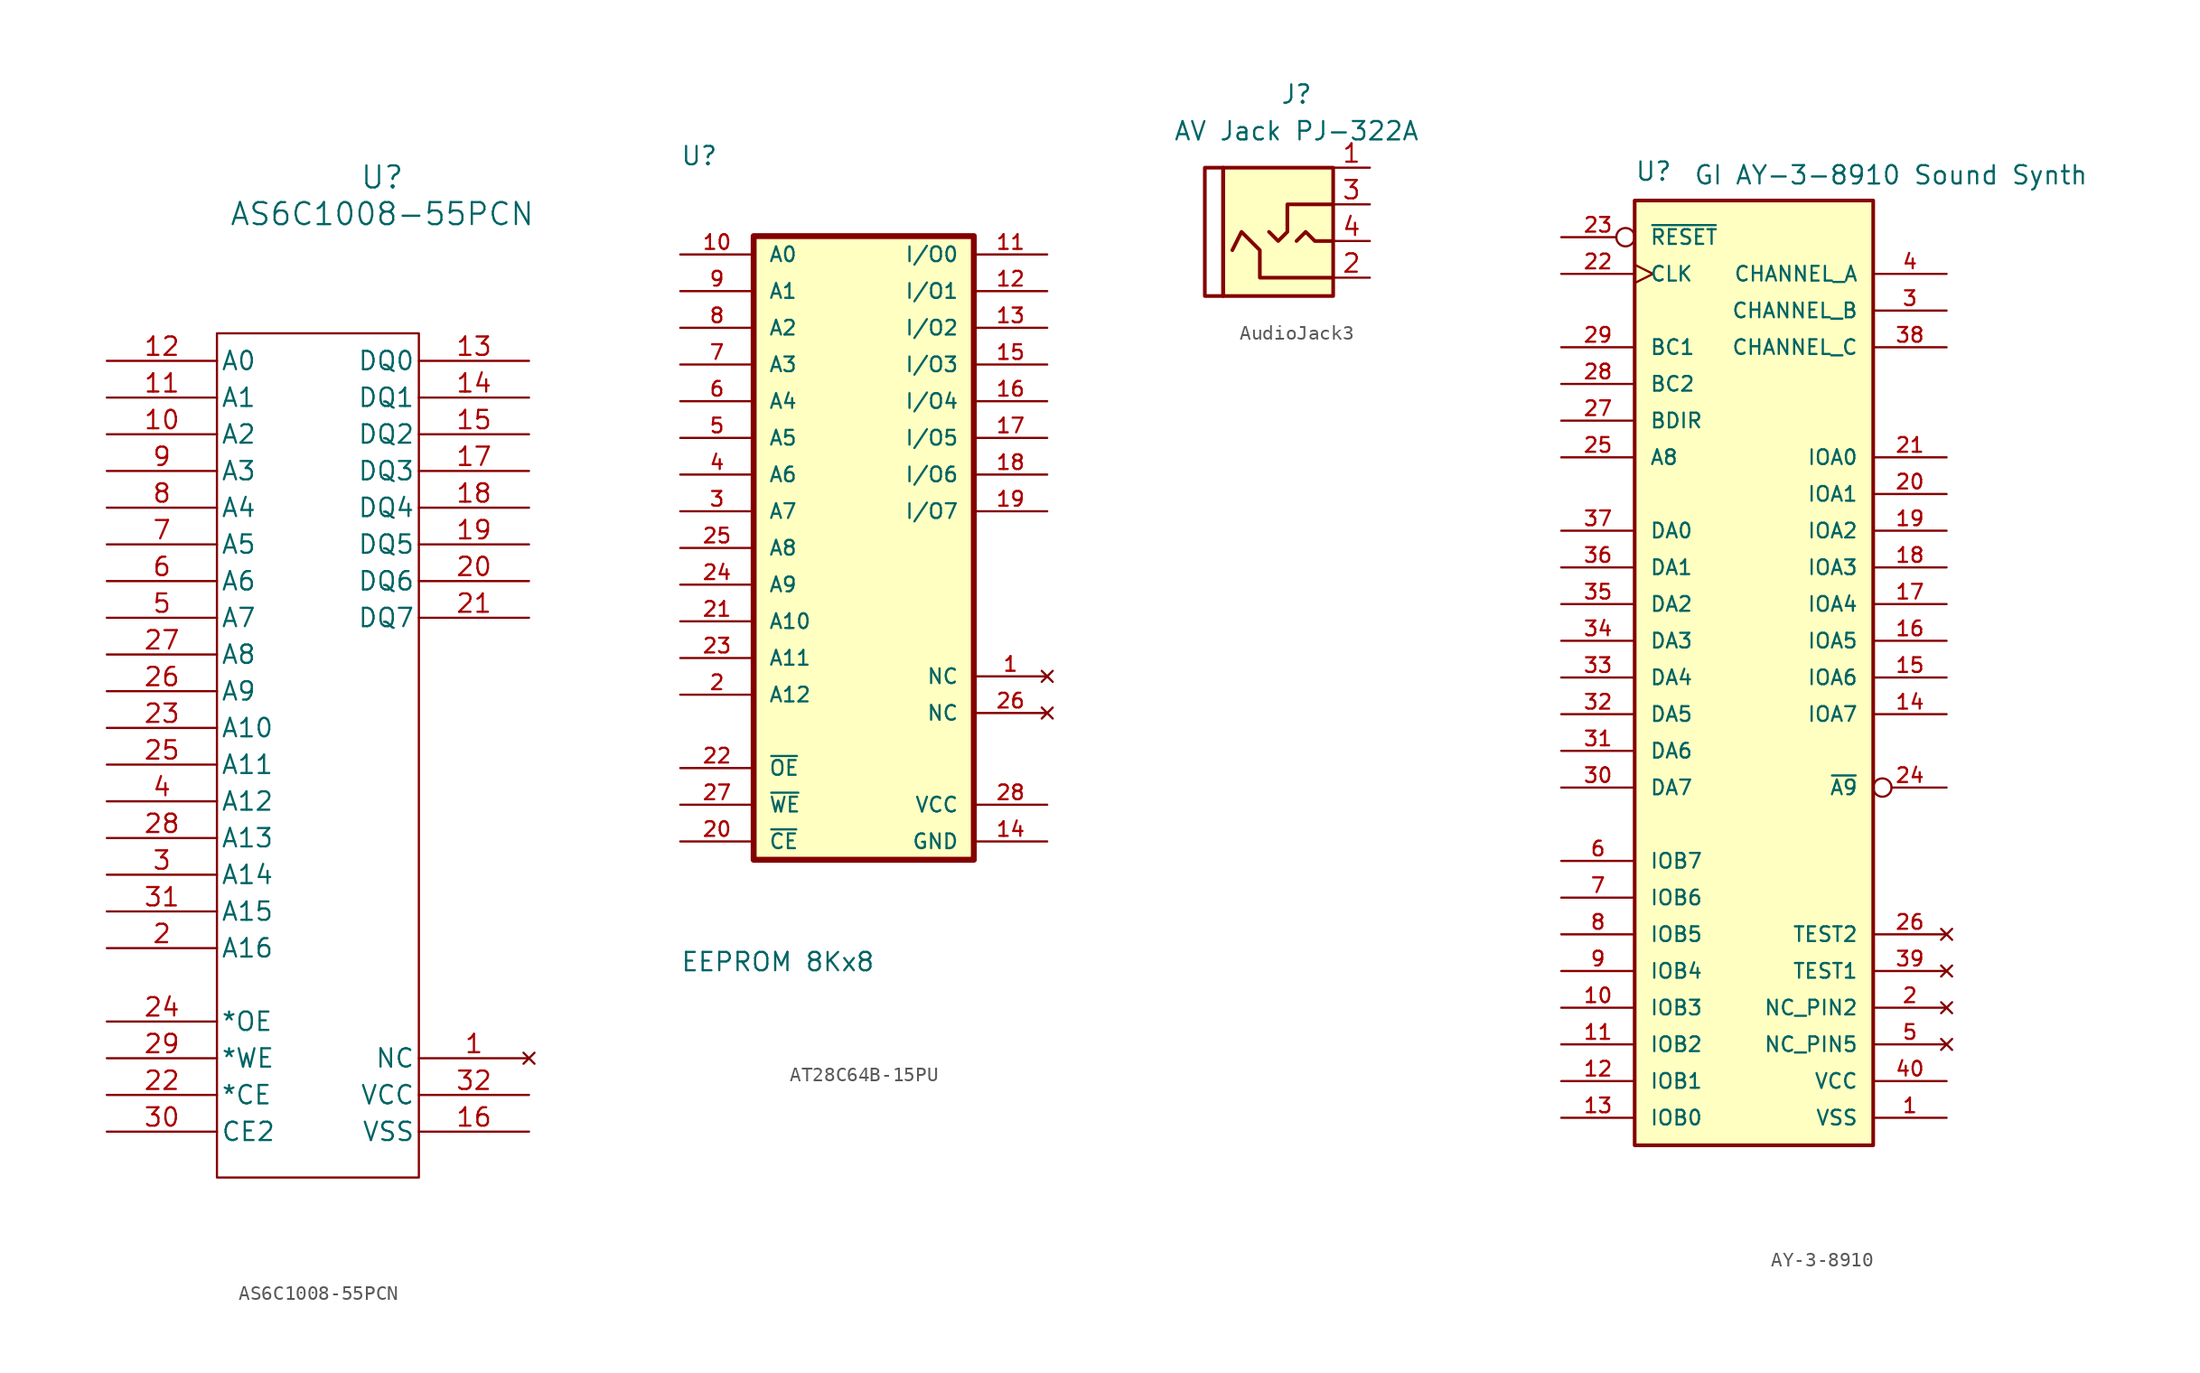
<source format=kicad_sym>
(kicad_symbol_lib
  (version 20241209)
  (generator "kicad_symbol_editor")
  (generator_version "9.0")
  (symbol "AS6C1008-55PCN"
    (pin_names
      (offset 0.254))
    (property "Reference" "U"
      (at 27.94 10.16 0)
      (effects (font (size 1.524 1.524))))
    (property "Value" "AS6C1008-55PCN"
      (at 27.94 7.62 0)
      (effects (font (size 1.524 1.524))))
    (symbol "AS6C1008-55PCN_0_1"
      (pin input line (at 8.89 -2.54 0) (length 7.62) (name "A0" (effects (font (size 1.27 1.27)))) (number "12" (effects (font (size 1.27 1.27)))))
      (pin input line (at 8.89 -5.08 0) (length 7.62) (name "A1" (effects (font (size 1.27 1.27)))) (number "11" (effects (font (size 1.27 1.27)))))
      (pin input line (at 8.89 -7.62 0) (length 7.62) (name "A2" (effects (font (size 1.27 1.27)))) (number "10" (effects (font (size 1.27 1.27)))))
      (pin input line (at 8.89 -10.16 0) (length 7.62) (name "A3" (effects (font (size 1.27 1.27)))) (number "9" (effects (font (size 1.27 1.27)))))
      (pin input line (at 8.89 -12.7 0) (length 7.62) (name "A4" (effects (font (size 1.27 1.27)))) (number "8" (effects (font (size 1.27 1.27)))))
      (pin input line (at 8.89 -15.24 0) (length 7.62) (name "A5" (effects (font (size 1.27 1.27)))) (number "7" (effects (font (size 1.27 1.27)))))
      (pin input line (at 8.89 -17.78 0) (length 7.62) (name "A6" (effects (font (size 1.27 1.27)))) (number "6" (effects (font (size 1.27 1.27)))))
      (pin input line (at 8.89 -20.32 0) (length 7.62) (name "A7" (effects (font (size 1.27 1.27)))) (number "5" (effects (font (size 1.27 1.27)))))
      (pin input line (at 8.89 -22.86 0) (length 7.62) (name "A8" (effects (font (size 1.27 1.27)))) (number "27" (effects (font (size 1.27 1.27)))))
      (pin input line (at 8.89 -25.4 0) (length 7.62) (name "A9" (effects (font (size 1.27 1.27)))) (number "26" (effects (font (size 1.27 1.27)))))
      (pin input line (at 8.89 -27.94 0) (length 7.62) (name "A10" (effects (font (size 1.27 1.27)))) (number "23" (effects (font (size 1.27 1.27)))))
      (pin input line (at 8.89 -30.48 0) (length 7.62) (name "A11" (effects (font (size 1.27 1.27)))) (number "25" (effects (font (size 1.27 1.27)))))
      (pin input line (at 8.89 -33.02 0) (length 7.62) (name "A12" (effects (font (size 1.27 1.27)))) (number "4" (effects (font (size 1.27 1.27)))))
      (pin input line (at 8.89 -35.56 0) (length 7.62) (name "A13" (effects (font (size 1.27 1.27)))) (number "28" (effects (font (size 1.27 1.27)))))
      (pin input line (at 8.89 -38.1 0) (length 7.62) (name "A14" (effects (font (size 1.27 1.27)))) (number "3" (effects (font (size 1.27 1.27)))))
      (pin input line (at 8.89 -40.64 0) (length 7.62) (name "A15" (effects (font (size 1.27 1.27)))) (number "31" (effects (font (size 1.27 1.27)))))
      (pin input line (at 8.89 -43.18 0) (length 7.62) (name "A16" (effects (font (size 1.27 1.27)))) (number "2" (effects (font (size 1.27 1.27)))))
      (pin bidirectional line (at 8.89 -48.26 0) (length 7.62) (name "*OE" (effects (font (size 1.27 1.27)))) (number "24" (effects (font (size 1.27 1.27)))))
      (pin input line (at 8.89 -50.8 0) (length 7.62) (name "*WE" (effects (font (size 1.27 1.27)))) (number "29" (effects (font (size 1.27 1.27)))))
      (pin input line (at 8.89 -53.34 0) (length 7.62) (name "*CE" (effects (font (size 1.27 1.27)))) (number "22" (effects (font (size 1.27 1.27)))))
      (pin input line (at 8.89 -55.88 0) (length 7.62) (name "CE2" (effects (font (size 1.27 1.27)))) (number "30" (effects (font (size 1.27 1.27)))))
      (pin bidirectional line (at 38.1 -2.54 180) (length 7.62) (name "DQ0" (effects (font (size 1.27 1.27)))) (number "13" (effects (font (size 1.27 1.27)))))
      (pin bidirectional line (at 38.1 -5.08 180) (length 7.62) (name "DQ1" (effects (font (size 1.27 1.27)))) (number "14" (effects (font (size 1.27 1.27)))))
      (pin bidirectional line (at 38.1 -7.62 180) (length 7.62) (name "DQ2" (effects (font (size 1.27 1.27)))) (number "15" (effects (font (size 1.27 1.27)))))
      (pin bidirectional line (at 38.1 -10.16 180) (length 7.62) (name "DQ3" (effects (font (size 1.27 1.27)))) (number "17" (effects (font (size 1.27 1.27)))))
      (pin bidirectional line (at 38.1 -12.7 180) (length 7.62) (name "DQ4" (effects (font (size 1.27 1.27)))) (number "18" (effects (font (size 1.27 1.27)))))
      (pin bidirectional line (at 38.1 -15.24 180) (length 7.62) (name "DQ5" (effects (font (size 1.27 1.27)))) (number "19" (effects (font (size 1.27 1.27)))))
      (pin bidirectional line (at 38.1 -17.78 180) (length 7.62) (name "DQ6" (effects (font (size 1.27 1.27)))) (number "20" (effects (font (size 1.27 1.27)))))
      (pin bidirectional line (at 38.1 -20.32 180) (length 7.62) (name "DQ7" (effects (font (size 1.27 1.27)))) (number "21" (effects (font (size 1.27 1.27)))))
      (pin no_connect line (at 38.1 -50.8 180) (length 7.62) (name "NC" (effects (font (size 1.27 1.27)))) (number "1" (effects (font (size 1.27 1.27)))))
      (pin power_in line (at 38.1 -53.34 180) (length 7.62) (name "VCC" (effects (font (size 1.27 1.27)))) (number "32" (effects (font (size 1.27 1.27)))))
      (pin power_in line (at 38.1 -55.88 180) (length 7.62) (name "VSS" (effects (font (size 1.27 1.27)))) (number "16" (effects (font (size 1.27 1.27))))))
    (symbol "AS6C1008-55PCN_1_1"
      (rectangle (start 16.51 -0.635) (end 30.48 -59.055) (stroke (width 0) (type default)) (fill (type none)))))
  (symbol "AT28C64B-15PU"
    (pin_names
      (offset 1.016))
    (property "Reference" "U"
      (at -12.7 26.4 0)
      (effects (font (size 1.27 1.27)) (justify left bottom)))
    (property "Value" "EEPROM 8Kx8"
      (at -12.7 -29.4 0)
      (effects (font (size 1.27 1.27)) (justify left bottom)))
    (symbol "AT28C64B-15PU_0_0"
      (rectangle (start -7.62 21.59) (end 7.62 -21.59) (stroke (width 0.41) (type default)) (fill (type background)))
      (pin input line (at -12.7 20.32 0) (length 5.08) (name "A0" (effects (font (size 1.016 1.016)))) (number "10" (effects (font (size 1.016 1.016)))))
      (pin input line (at -12.7 17.78 0) (length 5.08) (name "A1" (effects (font (size 1.016 1.016)))) (number "9" (effects (font (size 1.016 1.016)))))
      (pin input line (at -12.7 15.24 0) (length 5.08) (name "A2" (effects (font (size 1.016 1.016)))) (number "8" (effects (font (size 1.016 1.016)))))
      (pin input line (at -12.7 12.7 0) (length 5.08) (name "A3" (effects (font (size 1.016 1.016)))) (number "7" (effects (font (size 1.016 1.016)))))
      (pin input line (at -12.7 10.16 0) (length 5.08) (name "A4" (effects (font (size 1.016 1.016)))) (number "6" (effects (font (size 1.016 1.016)))))
      (pin input line (at -12.7 7.62 0) (length 5.08) (name "A5" (effects (font (size 1.016 1.016)))) (number "5" (effects (font (size 1.016 1.016)))))
      (pin input line (at -12.7 5.08 0) (length 5.08) (name "A6" (effects (font (size 1.016 1.016)))) (number "4" (effects (font (size 1.016 1.016)))))
      (pin input line (at -12.7 2.54 0) (length 5.08) (name "A7" (effects (font (size 1.016 1.016)))) (number "3" (effects (font (size 1.016 1.016)))))
      (pin input line (at -12.7 0 0) (length 5.08) (name "A8" (effects (font (size 1.016 1.016)))) (number "25" (effects (font (size 1.016 1.016)))))
      (pin input line (at -12.7 -2.54 0) (length 5.08) (name "A9" (effects (font (size 1.016 1.016)))) (number "24" (effects (font (size 1.016 1.016)))))
      (pin input line (at -12.7 -5.08 0) (length 5.08) (name "A10" (effects (font (size 1.016 1.016)))) (number "21" (effects (font (size 1.016 1.016)))))
      (pin input line (at -12.7 -7.62 0) (length 5.08) (name "A11" (effects (font (size 1.016 1.016)))) (number "23" (effects (font (size 1.016 1.016)))))
      (pin input line (at -12.7 -10.16 0) (length 5.08) (name "A12" (effects (font (size 1.016 1.016)))) (number "2" (effects (font (size 1.016 1.016)))))
      (pin input line (at -12.7 -15.24 0) (length 5.08) (name "~{OE}" (effects (font (size 1.016 1.016)))) (number "22" (effects (font (size 1.016 1.016)))))
      (pin input line (at -12.7 -17.78 0) (length 5.08) (name "~{WE}" (effects (font (size 1.016 1.016)))) (number "27" (effects (font (size 1.016 1.016)))))
      (pin input line (at -12.7 -20.32 0) (length 5.08) (name "~{CE}" (effects (font (size 1.016 1.016)))) (number "20" (effects (font (size 1.016 1.016)))))
      (pin bidirectional line (at 12.7 20.32 180) (length 5.08) (name "I/O0" (effects (font (size 1.016 1.016)))) (number "11" (effects (font (size 1.016 1.016)))))
      (pin bidirectional line (at 12.7 17.78 180) (length 5.08) (name "I/O1" (effects (font (size 1.016 1.016)))) (number "12" (effects (font (size 1.016 1.016)))))
      (pin bidirectional line (at 12.7 15.24 180) (length 5.08) (name "I/O2" (effects (font (size 1.016 1.016)))) (number "13" (effects (font (size 1.016 1.016)))))
      (pin bidirectional line (at 12.7 12.7 180) (length 5.08) (name "I/O3" (effects (font (size 1.016 1.016)))) (number "15" (effects (font (size 1.016 1.016)))))
      (pin bidirectional line (at 12.7 10.16 180) (length 5.08) (name "I/O4" (effects (font (size 1.016 1.016)))) (number "16" (effects (font (size 1.016 1.016)))))
      (pin bidirectional line (at 12.7 7.62 180) (length 5.08) (name "I/O5" (effects (font (size 1.016 1.016)))) (number "17" (effects (font (size 1.016 1.016)))))
      (pin bidirectional line (at 12.7 5.08 180) (length 5.08) (name "I/O6" (effects (font (size 1.016 1.016)))) (number "18" (effects (font (size 1.016 1.016)))))
      (pin bidirectional line (at 12.7 2.54 180) (length 5.08) (name "I/O7" (effects (font (size 1.016 1.016)))) (number "19" (effects (font (size 1.016 1.016)))))
      (pin no_connect line (at 12.7 -8.89 180) (length 5.08) (name "NC" (effects (font (size 1.016 1.016)))) (number "1" (effects (font (size 1.016 1.016)))))
      (pin no_connect line (at 12.7 -11.43 180) (length 5.08) (name "NC" (effects (font (size 1.016 1.016)))) (number "26" (effects (font (size 1.016 1.016)))))
      (pin power_in line (at 12.7 -17.78 180) (length 5.08) (name "VCC" (effects (font (size 1.016 1.016)))) (number "28" (effects (font (size 1.016 1.016)))))
      (pin power_in line (at 12.7 -20.32 180) (length 5.08) (name "GND" (effects (font (size 1.016 1.016)))) (number "14" (effects (font (size 1.016 1.016)))))))
  (symbol "AudioJack3"
    (property "Reference" "J"
      (at 0 8.89 0)
      (effects (font (size 1.27 1.27))))
    (property "Value" "AV Jack PJ-322A"
      (at 0 6.35 0)
      (effects (font (size 1.27 1.27))))
    (symbol "AudioJack3_0_1"
      (rectangle (start -6.35 3.81) (end -5.08 -5.08) (stroke (width 0.254) (type default)) (fill (type none)))
      (rectangle (start -5.08 3.81) (end 2.54 -5.08) (stroke (width 0.254) (type default)) (fill (type background)))
      (polyline (pts (xy -1.905 -0.635) (xy -1.27 -1.27) (xy -0.635 -0.635) (xy -0.635 1.27) (xy 2.54 1.27)) (stroke (width 0.254) (type default)) (fill (type none)))
      (polyline (pts (xy 0 -1.27) (xy 0.635 -0.635) (xy 1.27 -1.27) (xy 2.54 -1.27)) (stroke (width 0.254) (type default)) (fill (type none)))
      (polyline (pts (xy 2.54 -3.81) (xy -2.54 -3.81) (xy -2.54 -1.905) (xy -3.81 -0.635) (xy -4.445 -1.905)) (stroke (width 0.254) (type default)) (fill (type none))))
    (symbol "AudioJack3_1_1"
      (pin passive line (at 5.08 3.81 180) (length 2.54) (name "~" (effects (font (size 1.27 1.27)))) (number "1" (effects (font (size 1.27 1.27)))))
      (pin passive line (at 5.08 1.27 180) (length 2.54) (name "~" (effects (font (size 1.27 1.27)))) (number "3" (effects (font (size 1.27 1.27)))))
      (pin passive line (at 5.08 -1.27 180) (length 2.54) (name "~" (effects (font (size 1.27 1.27)))) (number "4" (effects (font (size 1.27 1.27)))))
      (pin passive line (at 5.08 -3.81 180) (length 2.54) (name "~" (effects (font (size 1.27 1.27)))) (number "2" (effects (font (size 1.27 1.27)))))))
  (symbol "AY-3-8910"
    (pin_names
      (offset 1.016))
    (property "Reference" "U"
      (at -15.24 36.83 0)
      (effects (font (size 1.27 1.27)) (justify left bottom)))
    (property "Value" "GI AY-3-8910 Sound Synth"
      (at -11.176 36.576 0)
      (effects (font (size 1.27 1.27)) (justify left bottom)))
    (symbol "AY-3-8910_0_0"
      (rectangle (start -15.24 35.56) (end 1.27 -29.845) (stroke (width 0.254) (type default)) (fill (type background)))
      (pin input inverted (at -20.32 33.02 0) (length 5.08) (name "~{RESET}" (effects (font (size 1.016 1.016)))) (number "23" (effects (font (size 1.016 1.016)))))
      (pin input clock (at -20.32 30.48 0) (length 5.08) (name "CLK" (effects (font (size 1.016 1.016)))) (number "22" (effects (font (size 1.016 1.016)))))
      (pin bidirectional line (at -20.32 17.78 0) (length 5.08) (name "A8" (effects (font (size 1.016 1.016)))) (number "25" (effects (font (size 1.016 1.016)))))
      (pin bidirectional line (at -20.32 12.7 0) (length 5.08) (name "DA0" (effects (font (size 1.016 1.016)))) (number "37" (effects (font (size 1.016 1.016)))))
      (pin bidirectional line (at -20.32 10.16 0) (length 5.08) (name "DA1" (effects (font (size 1.016 1.016)))) (number "36" (effects (font (size 1.016 1.016)))))
      (pin bidirectional line (at -20.32 7.62 0) (length 5.08) (name "DA2" (effects (font (size 1.016 1.016)))) (number "35" (effects (font (size 1.016 1.016)))))
      (pin bidirectional line (at -20.32 5.08 0) (length 5.08) (name "DA3" (effects (font (size 1.016 1.016)))) (number "34" (effects (font (size 1.016 1.016)))))
      (pin bidirectional line (at -20.32 2.54 0) (length 5.08) (name "DA4" (effects (font (size 1.016 1.016)))) (number "33" (effects (font (size 1.016 1.016)))))
      (pin bidirectional line (at -20.32 0 0) (length 5.08) (name "DA5" (effects (font (size 1.016 1.016)))) (number "32" (effects (font (size 1.016 1.016)))))
      (pin bidirectional line (at -20.32 -2.54 0) (length 5.08) (name "DA6" (effects (font (size 1.016 1.016)))) (number "31" (effects (font (size 1.016 1.016)))))
      (pin bidirectional line (at -20.32 -5.08 0) (length 5.08) (name "DA7" (effects (font (size 1.016 1.016)))) (number "30" (effects (font (size 1.016 1.016)))))
      (pin bidirectional line (at -20.32 -10.16 0) (length 5.08) (name "IOB7" (effects (font (size 1.016 1.016)))) (number "6" (effects (font (size 1.016 1.016)))))
      (pin bidirectional line (at -20.32 -12.7 0) (length 5.08) (name "IOB6" (effects (font (size 1.016 1.016)))) (number "7" (effects (font (size 1.016 1.016)))))
      (pin bidirectional line (at -20.32 -15.24 0) (length 5.08) (name "IOB5" (effects (font (size 1.016 1.016)))) (number "8" (effects (font (size 1.016 1.016)))))
      (pin bidirectional line (at -20.32 -17.78 0) (length 5.08) (name "IOB4" (effects (font (size 1.016 1.016)))) (number "9" (effects (font (size 1.016 1.016)))))
      (pin bidirectional line (at -20.32 -20.32 0) (length 5.08) (name "IOB3" (effects (font (size 1.016 1.016)))) (number "10" (effects (font (size 1.016 1.016)))))
      (pin bidirectional line (at -20.32 -22.86 0) (length 5.08) (name "IOB2" (effects (font (size 1.016 1.016)))) (number "11" (effects (font (size 1.016 1.016)))))
      (pin bidirectional line (at -20.32 -25.4 0) (length 5.08) (name "IOB1" (effects (font (size 1.016 1.016)))) (number "12" (effects (font (size 1.016 1.016)))))
      (pin bidirectional line (at -20.32 -27.94 0) (length 5.08) (name "IOB0" (effects (font (size 1.016 1.016)))) (number "13" (effects (font (size 1.016 1.016)))))
      (pin output line (at 6.35 30.48 180) (length 5.08) (name "CHANNEL_A" (effects (font (size 1.016 1.016)))) (number "4" (effects (font (size 1.016 1.016)))))
      (pin output line (at 6.35 27.94 180) (length 5.08) (name "CHANNEL_B" (effects (font (size 1.016 1.016)))) (number "3" (effects (font (size 1.016 1.016)))))
      (pin output line (at 6.35 25.4 180) (length 5.08) (name "CHANNEL_C" (effects (font (size 1.016 1.016)))) (number "38" (effects (font (size 1.016 1.016)))))
      (pin bidirectional line (at 6.35 17.78 180) (length 5.08) (name "IOA0" (effects (font (size 1.016 1.016)))) (number "21" (effects (font (size 1.016 1.016)))))
      (pin bidirectional line (at 6.35 15.24 180) (length 5.08) (name "IOA1" (effects (font (size 1.016 1.016)))) (number "20" (effects (font (size 1.016 1.016)))))
      (pin bidirectional line (at 6.35 12.7 180) (length 5.08) (name "IOA2" (effects (font (size 1.016 1.016)))) (number "19" (effects (font (size 1.016 1.016)))))
      (pin bidirectional line (at 6.35 10.16 180) (length 5.08) (name "IOA3" (effects (font (size 1.016 1.016)))) (number "18" (effects (font (size 1.016 1.016)))))
      (pin bidirectional line (at 6.35 7.62 180) (length 5.08) (name "IOA4" (effects (font (size 1.016 1.016)))) (number "17" (effects (font (size 1.016 1.016)))))
      (pin bidirectional line (at 6.35 5.08 180) (length 5.08) (name "IOA5" (effects (font (size 1.016 1.016)))) (number "16" (effects (font (size 1.016 1.016)))))
      (pin bidirectional line (at 6.35 2.54 180) (length 5.08) (name "IOA6" (effects (font (size 1.016 1.016)))) (number "15" (effects (font (size 1.016 1.016)))))
      (pin bidirectional line (at 6.35 0 180) (length 5.08) (name "IOA7" (effects (font (size 1.016 1.016)))) (number "14" (effects (font (size 1.016 1.016)))))
      (pin bidirectional inverted (at 6.35 -5.08 180) (length 5.08) (name "~{A9}" (effects (font (size 1.016 1.016)))) (number "24" (effects (font (size 1.016 1.016)))))
      (pin no_connect line (at 6.35 -15.24 180) (length 5.08) (name "TEST2" (effects (font (size 1.016 1.016)))) (number "26" (effects (font (size 1.016 1.016)))))
      (pin no_connect line (at 6.35 -17.78 180) (length 5.08) (name "TEST1" (effects (font (size 1.016 1.016)))) (number "39" (effects (font (size 1.016 1.016)))))
      (pin no_connect line (at 6.35 -20.32 180) (length 5.08) (name "NC_PIN2" (effects (font (size 1.016 1.016)))) (number "2" (effects (font (size 1.016 1.016)))))
      (pin power_in line (at 6.35 -25.4 180) (length 5.08) (name "VCC" (effects (font (size 1.016 1.016)))) (number "40" (effects (font (size 1.016 1.016)))))
      (pin power_in line (at 6.35 -27.94 180) (length 5.08) (name "VSS" (effects (font (size 1.016 1.016)))) (number "1" (effects (font (size 1.016 1.016))))))
    (symbol "AY-3-8910_1_0"
      (pin bidirectional line (at -20.32 25.4 0) (length 5.08) (name "BC1" (effects (font (size 1.016 1.016)))) (number "29" (effects (font (size 1.016 1.016)))))
      (pin bidirectional line (at -20.32 22.86 0) (length 5.08) (name "BC2" (effects (font (size 1.016 1.016)))) (number "28" (effects (font (size 1.016 1.016)))))
      (pin bidirectional line (at -20.32 20.32 0) (length 5.08) (name "BDIR" (effects (font (size 1.016 1.016)))) (number "27" (effects (font (size 1.016 1.016)))))
      (pin no_connect line (at 6.35 -22.86 180) (length 5.08) (name "NC_PIN5" (effects (font (size 1.016 1.016)))) (number "5" (effects (font (size 1.016 1.016))))))))
</source>
